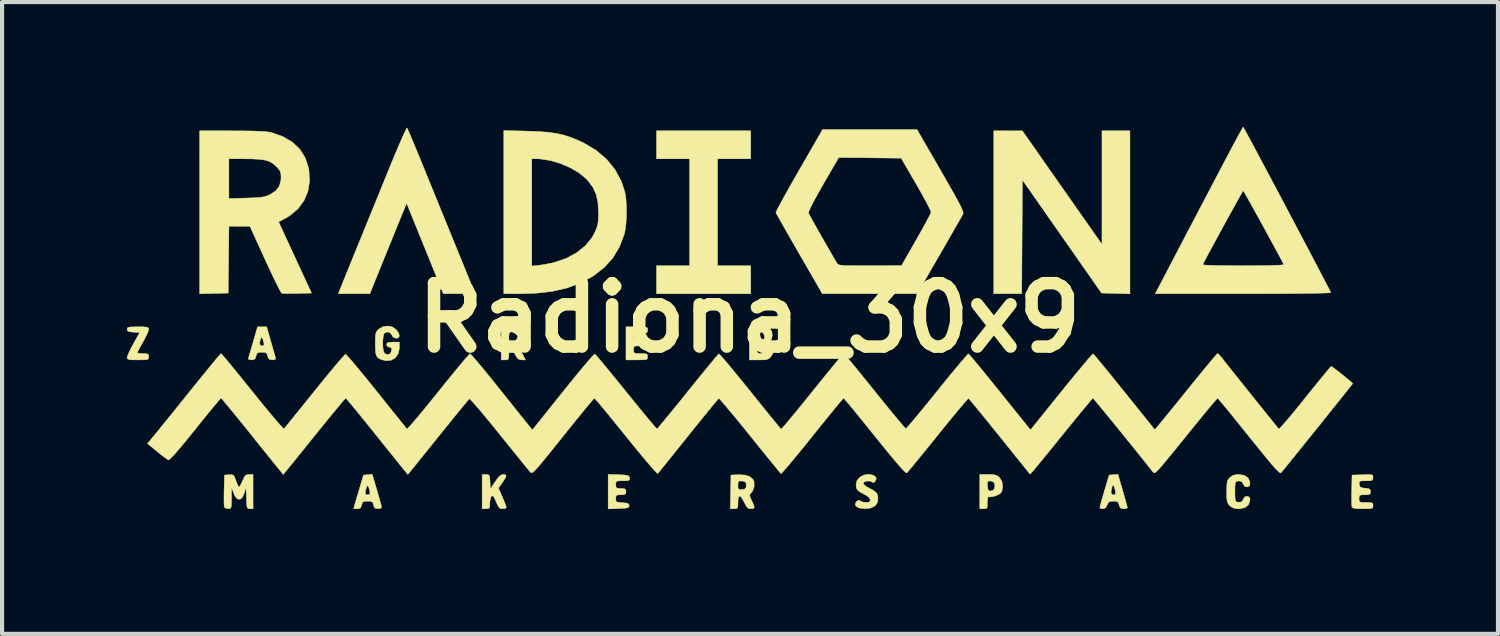
<source format=kicad_pcb>
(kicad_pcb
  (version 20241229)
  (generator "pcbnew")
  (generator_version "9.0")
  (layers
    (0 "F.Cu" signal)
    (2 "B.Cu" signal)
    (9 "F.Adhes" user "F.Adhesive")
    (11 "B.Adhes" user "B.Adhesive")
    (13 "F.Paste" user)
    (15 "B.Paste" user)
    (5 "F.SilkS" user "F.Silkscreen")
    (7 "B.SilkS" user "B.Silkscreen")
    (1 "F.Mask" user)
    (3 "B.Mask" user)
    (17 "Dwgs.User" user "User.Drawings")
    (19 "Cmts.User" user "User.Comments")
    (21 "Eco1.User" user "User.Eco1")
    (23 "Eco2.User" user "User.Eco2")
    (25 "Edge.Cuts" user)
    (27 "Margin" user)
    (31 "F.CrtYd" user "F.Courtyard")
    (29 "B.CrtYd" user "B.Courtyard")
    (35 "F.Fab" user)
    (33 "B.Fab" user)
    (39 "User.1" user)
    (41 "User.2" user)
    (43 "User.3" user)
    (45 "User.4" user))
  (footprint "Radiona_30x9"
    (layer "F.Cu")
    (at 14.97 4.594)
    (property "Reference" "Radiona_30x9" (at 0 0 0) (layer "F.SilkS") (effects (font (size 1.524 1.524) (thickness 0.3))))
    (attr through_hole)
    (fp_poly (pts (xy 0.031 -3.825) (xy -0.765 -3.825) (xy -0.765 -1.255) (xy 0.031 -1.255) (xy 0.031 -0.581) (xy -2.234 -0.581) (xy -2.234 -1.255) (xy -1.438 -1.255) (xy -1.438 -3.825) (xy -2.234 -3.825) (xy -2.234 -4.499) (xy 0.031 -4.499) (xy 0.031 -3.825)) (stroke (width 0.01) (type solid)) (fill yes) (layer "F.SilkS"))
    (fp_poly (pts (xy 9.15 -0.579) (xy 8.467 -0.597) (xy 7.516 -1.957) (xy 6.564 -3.318) (xy 6.548 -0.581) (xy 5.876 -0.581) (xy 5.876 -4.499) (xy 6.22 -4.498) (xy 6.564 -4.498) (xy 6.858 -4.078) (xy 6.946 -3.952) (xy 7.063 -3.785) (xy 7.202 -3.586) (xy 7.357 -3.365) (xy 7.521 -3.131) (xy 7.688 -2.893) (xy 7.815 -2.712) (xy 8.477 -1.768) (xy 8.477 -4.499) (xy 9.15 -4.499) (xy 9.15 -0.579)) (stroke (width 0.01) (type solid)) (fill yes) (layer "F.SilkS"))
    (fp_poly (pts (xy 5.855 3.767) (xy 5.93 3.781) (xy 5.983 3.811) (xy 6.015 3.839) (xy 6.072 3.936) (xy 6.091 4.056) (xy 6.069 4.173) (xy 6.059 4.194) (xy 6.012 4.236) (xy 5.933 4.274) (xy 5.845 4.3) (xy 5.773 4.306) (xy 5.753 4.299) (xy 5.734 4.315) (xy 5.724 4.382) (xy 5.723 4.436) (xy 5.721 4.527) (xy 5.709 4.573) (xy 5.677 4.589) (xy 5.631 4.59) (xy 5.539 4.59) (xy 5.539 4.037) (xy 5.723 4.037) (xy 5.737 4.129) (xy 5.778 4.165) (xy 5.849 4.148) (xy 5.87 4.135) (xy 5.898 4.087) (xy 5.901 4.021) (xy 5.881 3.954) (xy 5.828 3.926) (xy 5.807 3.923) (xy 5.753 3.921) (xy 5.729 3.944) (xy 5.723 4.007) (xy 5.723 4.037) (xy 5.539 4.037) (xy 5.539 3.764) (xy 5.739 3.764) (xy 5.855 3.767)) (stroke (width 0.01) (type solid)) (fill yes) (layer "F.SilkS"))
    (fp_poly (pts (xy -6.285 3.767) (xy -6.257 3.787) (xy -6.244 3.837) (xy -6.237 3.933) (xy -6.237 3.938) (xy -6.228 4.111) (xy -6.113 3.938) (xy -6.041 3.838) (xy -5.984 3.784) (xy -5.932 3.765) (xy -5.921 3.764) (xy -5.867 3.771) (xy -5.85 3.798) (xy -5.871 3.853) (xy -5.931 3.945) (xy -5.94 3.958) (xy -6.035 4.092) (xy -5.94 4.308) (xy -5.894 4.416) (xy -5.861 4.503) (xy -5.845 4.553) (xy -5.845 4.557) (xy -5.872 4.581) (xy -5.933 4.59) (xy -5.986 4.584) (xy -6.024 4.555) (xy -6.06 4.492) (xy -6.09 4.421) (xy -6.132 4.328) (xy -6.162 4.284) (xy -6.19 4.28) (xy -6.201 4.287) (xy -6.228 4.34) (xy -6.242 4.429) (xy -6.243 4.456) (xy -6.246 4.54) (xy -6.262 4.578) (xy -6.303 4.59) (xy -6.335 4.59) (xy -6.427 4.59) (xy -6.427 3.764) (xy -6.336 3.764) (xy -6.285 3.767)) (stroke (width 0.01) (type solid)) (fill yes) (layer "F.SilkS"))
    (fp_poly (pts (xy -11.51 0.558) (xy -11.469 0.7) (xy -11.434 0.823) (xy -11.408 0.914) (xy -11.396 0.956) (xy -11.397 0.995) (xy -11.44 1.009) (xy -11.471 1.01) (xy -11.54 0.999) (xy -11.573 0.956) (xy -11.583 0.918) (xy -11.603 0.858) (xy -11.64 0.832) (xy -11.716 0.826) (xy -11.724 0.826) (xy -11.803 0.831) (xy -11.842 0.855) (xy -11.862 0.911) (xy -11.863 0.918) (xy -11.886 0.984) (xy -11.934 1.008) (xy -11.973 1.01) (xy -12.039 0.999) (xy -12.049 0.972) (xy -12.036 0.929) (xy -12.009 0.84) (xy -11.973 0.718) (xy -11.941 0.604) (xy -11.779 0.604) (xy -11.762 0.66) (xy -11.72 0.673) (xy -11.678 0.664) (xy -11.672 0.623) (xy -11.678 0.589) (xy -11.704 0.501) (xy -11.727 0.471) (xy -11.75 0.496) (xy -11.754 0.507) (xy -11.779 0.604) (xy -11.941 0.604) (xy -11.932 0.576) (xy -11.932 0.574) (xy -11.828 0.214) (xy -11.608 0.214) (xy -11.51 0.558)) (stroke (width 0.01) (type solid)) (fill yes) (layer "F.SilkS"))
    (fp_poly (pts (xy 8.976 4.153) (xy 9.018 4.299) (xy 9.052 4.425) (xy 9.077 4.517) (xy 9.089 4.564) (xy 9.089 4.567) (xy 9.062 4.584) (xy 9 4.59) (xy 8.933 4.58) (xy 8.9 4.535) (xy 8.89 4.499) (xy 8.87 4.438) (xy 8.831 4.412) (xy 8.753 4.407) (xy 8.673 4.413) (xy 8.63 4.442) (xy 8.604 4.499) (xy 8.566 4.567) (xy 8.507 4.59) (xy 8.493 4.59) (xy 8.437 4.582) (xy 8.427 4.546) (xy 8.432 4.522) (xy 8.448 4.465) (xy 8.476 4.365) (xy 8.514 4.236) (xy 8.532 4.174) (xy 8.696 4.174) (xy 8.703 4.231) (xy 8.74 4.253) (xy 8.755 4.254) (xy 8.797 4.246) (xy 8.807 4.211) (xy 8.797 4.154) (xy 8.772 4.058) (xy 8.749 4.021) (xy 8.727 4.043) (xy 8.718 4.07) (xy 8.696 4.174) (xy 8.532 4.174) (xy 8.549 4.116) (xy 8.649 3.779) (xy 8.756 3.77) (xy 8.862 3.761) (xy 8.976 4.153)) (stroke (width 0.01) (type solid)) (fill yes) (layer "F.SilkS"))
    (fp_poly (pts (xy -14.578 0.215) (xy -14.501 0.221) (xy -14.461 0.233) (xy -14.446 0.255) (xy -14.444 0.277) (xy -14.459 0.331) (xy -14.499 0.421) (xy -14.555 0.531) (xy -14.582 0.578) (xy -14.643 0.686) (xy -14.69 0.773) (xy -14.717 0.827) (xy -14.72 0.837) (xy -14.692 0.849) (xy -14.623 0.856) (xy -14.582 0.857) (xy -14.497 0.86) (xy -14.457 0.876) (xy -14.445 0.913) (xy -14.444 0.933) (xy -14.447 0.97) (xy -14.462 0.993) (xy -14.502 1.005) (xy -14.579 1.009) (xy -14.704 1.01) (xy -14.831 1.009) (xy -14.909 1.003) (xy -14.949 0.99) (xy -14.963 0.968) (xy -14.965 0.953) (xy -14.95 0.903) (xy -14.911 0.814) (xy -14.855 0.701) (xy -14.813 0.624) (xy -14.661 0.352) (xy -14.813 0.343) (xy -14.905 0.333) (xy -14.951 0.315) (xy -14.964 0.281) (xy -14.965 0.274) (xy -14.959 0.245) (xy -14.936 0.227) (xy -14.882 0.218) (xy -14.786 0.215) (xy -14.704 0.214) (xy -14.578 0.215)) (stroke (width 0.01) (type solid)) (fill yes) (layer "F.SilkS"))
    (fp_poly (pts (xy -11.935 4.59) (xy -12.01 4.59) (xy -12.047 4.587) (xy -12.07 4.57) (xy -12.083 4.527) (xy -12.09 4.445) (xy -12.094 4.338) (xy -12.103 4.085) (xy -12.152 4.223) (xy -12.189 4.311) (xy -12.228 4.352) (xy -12.27 4.361) (xy -12.321 4.346) (xy -12.363 4.295) (xy -12.396 4.223) (xy -12.452 4.085) (xy -12.453 4.338) (xy -12.455 4.462) (xy -12.46 4.536) (xy -12.473 4.575) (xy -12.497 4.588) (xy -12.533 4.59) (xy -12.597 4.576) (xy -12.625 4.55) (xy -12.631 4.505) (xy -12.634 4.413) (xy -12.634 4.286) (xy -12.632 4.145) (xy -12.623 3.779) (xy -12.512 3.77) (xy -12.447 3.768) (xy -12.407 3.784) (xy -12.377 3.833) (xy -12.346 3.915) (xy -12.312 4.001) (xy -12.283 4.058) (xy -12.272 4.07) (xy -12.251 4.044) (xy -12.216 3.978) (xy -12.188 3.917) (xy -12.147 3.828) (xy -12.11 3.782) (xy -12.063 3.766) (xy -12.029 3.764) (xy -11.935 3.764) (xy -11.935 4.59)) (stroke (width 0.01) (type solid)) (fill yes) (layer "F.SilkS"))
    (fp_poly (pts (xy -3.144 3.771) (xy -3.02 3.776) (xy -2.944 3.785) (xy -2.904 3.8) (xy -2.887 3.825) (xy -2.882 3.848) (xy -2.881 3.887) (xy -2.903 3.908) (xy -2.96 3.916) (xy -3.043 3.917) (xy -3.14 3.919) (xy -3.191 3.928) (xy -3.21 3.955) (xy -3.213 4.005) (xy -3.213 4.009) (xy -3.208 4.068) (xy -3.182 4.094) (xy -3.117 4.101) (xy -3.091 4.101) (xy -3.012 4.105) (xy -2.977 4.125) (xy -2.968 4.171) (xy -2.968 4.177) (xy -2.975 4.227) (xy -3.007 4.248) (xy -3.08 4.254) (xy -3.091 4.254) (xy -3.169 4.257) (xy -3.204 4.277) (xy -3.213 4.326) (xy -3.213 4.344) (xy -3.21 4.397) (xy -3.188 4.425) (xy -3.134 4.437) (xy -3.053 4.443) (xy -2.958 4.452) (xy -2.909 4.469) (xy -2.893 4.499) (xy -2.892 4.514) (xy -2.897 4.544) (xy -2.922 4.563) (xy -2.978 4.575) (xy -3.076 4.581) (xy -3.144 4.584) (xy -3.397 4.593) (xy -3.397 3.762) (xy -3.144 3.771)) (stroke (width 0.01) (type solid)) (fill yes) (layer "F.SilkS"))
    (fp_poly (pts (xy -2.582 0.215) (xy -2.505 0.219) (xy -2.466 0.231) (xy -2.451 0.254) (xy -2.448 0.291) (xy -2.453 0.335) (xy -2.476 0.357) (xy -2.532 0.366) (xy -2.617 0.367) (xy -2.713 0.369) (xy -2.763 0.38) (xy -2.782 0.406) (xy -2.785 0.444) (xy -2.779 0.491) (xy -2.751 0.513) (xy -2.684 0.52) (xy -2.647 0.52) (xy -2.562 0.523) (xy -2.522 0.539) (xy -2.51 0.576) (xy -2.509 0.597) (xy -2.515 0.644) (xy -2.543 0.666) (xy -2.61 0.673) (xy -2.647 0.673) (xy -2.732 0.676) (xy -2.772 0.691) (xy -2.784 0.73) (xy -2.785 0.765) (xy -2.782 0.818) (xy -2.763 0.845) (xy -2.714 0.855) (xy -2.619 0.857) (xy -2.617 0.857) (xy -2.52 0.859) (xy -2.47 0.869) (xy -2.451 0.895) (xy -2.448 0.933) (xy -2.451 0.97) (xy -2.466 0.993) (xy -2.506 1.005) (xy -2.583 1.009) (xy -2.708 1.01) (xy -2.968 1.01) (xy -2.968 0.214) (xy -2.708 0.214) (xy -2.582 0.215)) (stroke (width 0.01) (type solid)) (fill yes) (layer "F.SilkS"))
    (fp_poly (pts (xy -8.957 4.142) (xy -8.915 4.287) (xy -8.879 4.412) (xy -8.855 4.505) (xy -8.844 4.554) (xy -8.844 4.556) (xy -8.871 4.581) (xy -8.932 4.59) (xy -8.998 4.58) (xy -9.029 4.535) (xy -9.038 4.499) (xy -9.056 4.439) (xy -9.092 4.413) (xy -9.165 4.407) (xy -9.181 4.407) (xy -9.261 4.411) (xy -9.301 4.434) (xy -9.321 4.487) (xy -9.323 4.499) (xy -9.347 4.565) (xy -9.394 4.589) (xy -9.429 4.59) (xy -9.492 4.588) (xy -9.517 4.583) (xy -9.508 4.552) (xy -9.486 4.474) (xy -9.452 4.359) (xy -9.412 4.223) (xy -9.238 4.223) (xy -9.22 4.25) (xy -9.181 4.254) (xy -9.135 4.246) (xy -9.123 4.213) (xy -9.131 4.157) (xy -9.155 4.068) (xy -9.179 4.037) (xy -9.196 4.044) (xy -9.212 4.082) (xy -9.229 4.153) (xy -9.23 4.157) (xy -9.238 4.223) (xy -9.412 4.223) (xy -9.41 4.218) (xy -9.398 4.177) (xy -9.28 3.779) (xy -9.175 3.77) (xy -9.07 3.761) (xy -8.957 4.142)) (stroke (width 0.01) (type solid)) (fill yes) (layer "F.SilkS"))
    (fp_poly (pts (xy -5.63 0.218) (xy -5.551 0.231) (xy -5.498 0.258) (xy -5.478 0.275) (xy -5.429 0.362) (xy -5.416 0.471) (xy -5.438 0.575) (xy -5.48 0.638) (xy -5.543 0.697) (xy -5.464 0.854) (xy -5.385 1.01) (xy -5.477 1.01) (xy -5.534 1.002) (xy -5.578 0.971) (xy -5.623 0.902) (xy -5.646 0.857) (xy -5.694 0.773) (xy -5.734 0.718) (xy -5.754 0.704) (xy -5.771 0.731) (xy -5.782 0.802) (xy -5.784 0.857) (xy -5.786 0.947) (xy -5.798 0.993) (xy -5.83 1.008) (xy -5.876 1.01) (xy -5.967 1.01) (xy -5.967 0.459) (xy -5.784 0.459) (xy -5.78 0.538) (xy -5.76 0.573) (xy -5.714 0.581) (xy -5.708 0.581) (xy -5.635 0.558) (xy -5.601 0.522) (xy -5.576 0.469) (xy -5.57 0.448) (xy -5.594 0.406) (xy -5.65 0.363) (xy -5.712 0.338) (xy -5.725 0.337) (xy -5.764 0.348) (xy -5.781 0.391) (xy -5.784 0.459) (xy -5.967 0.459) (xy -5.967 0.214) (xy -5.753 0.214) (xy -5.63 0.218)) (stroke (width 0.01) (type solid)) (fill yes) (layer "F.SilkS"))
    (fp_poly (pts (xy 2.97 3.78) (xy 3.012 3.805) (xy 3.05 3.845) (xy 3.041 3.895) (xy 3.031 3.914) (xy 2.996 3.96) (xy 2.96 3.953) (xy 2.953 3.947) (xy 2.894 3.924) (xy 2.822 3.924) (xy 2.762 3.944) (xy 2.739 3.978) (xy 2.764 4.018) (xy 2.828 4.066) (xy 2.865 4.085) (xy 2.98 4.147) (xy 3.049 4.201) (xy 3.082 4.262) (xy 3.091 4.342) (xy 3.091 4.347) (xy 3.077 4.443) (xy 3.028 4.512) (xy 3.01 4.527) (xy 2.911 4.573) (xy 2.783 4.589) (xy 2.653 4.573) (xy 2.609 4.559) (xy 2.55 4.513) (xy 2.549 4.453) (xy 2.587 4.406) (xy 2.636 4.383) (xy 2.67 4.402) (xy 2.723 4.427) (xy 2.804 4.437) (xy 2.806 4.437) (xy 2.878 4.429) (xy 2.905 4.4) (xy 2.907 4.377) (xy 2.882 4.323) (xy 2.804 4.265) (xy 2.756 4.24) (xy 2.656 4.185) (xy 2.599 4.14) (xy 2.572 4.089) (xy 2.564 4.017) (xy 2.564 4.003) (xy 2.588 3.907) (xy 2.657 3.83) (xy 2.754 3.778) (xy 2.863 3.759) (xy 2.97 3.78)) (stroke (width 0.01) (type solid)) (fill yes) (layer "F.SilkS"))
    (fp_poly (pts (xy -8.575 0.221) (xy -8.49 0.285) (xy -8.43 0.373) (xy -8.417 0.442) (xy -8.449 0.482) (xy -8.493 0.49) (xy -8.564 0.467) (xy -8.599 0.413) (xy -8.642 0.351) (xy -8.711 0.34) (xy -8.765 0.355) (xy -8.792 0.395) (xy -8.809 0.476) (xy -8.817 0.58) (xy -8.814 0.689) (xy -8.801 0.784) (xy -8.777 0.847) (xy -8.769 0.856) (xy -8.698 0.885) (xy -8.637 0.861) (xy -8.605 0.791) (xy -8.605 0.788) (xy -8.607 0.726) (xy -8.64 0.705) (xy -8.658 0.704) (xy -8.711 0.683) (xy -8.722 0.643) (xy -8.714 0.606) (xy -8.679 0.588) (xy -8.604 0.582) (xy -8.569 0.581) (xy -8.416 0.581) (xy -8.416 0.717) (xy -8.441 0.854) (xy -8.511 0.956) (xy -8.614 1.018) (xy -8.74 1.031) (xy -8.862 0.998) (xy -8.922 0.966) (xy -8.961 0.925) (xy -8.984 0.862) (xy -8.994 0.764) (xy -8.997 0.62) (xy -8.997 0.6) (xy -8.995 0.472) (xy -8.988 0.39) (xy -8.971 0.336) (xy -8.939 0.294) (xy -8.918 0.273) (xy -8.813 0.211) (xy -8.692 0.194) (xy -8.575 0.221)) (stroke (width 0.01) (type solid)) (fill yes) (layer "F.SilkS"))
    (fp_poly (pts (xy -0.109 3.778) (xy 0.013 3.818) (xy 0.09 3.887) (xy 0.11 3.933) (xy 0.114 4.056) (xy 0.073 4.169) (xy 0.041 4.208) (xy 0.013 4.243) (xy 0.009 4.282) (xy 0.032 4.344) (xy 0.056 4.395) (xy 0.102 4.496) (xy 0.117 4.555) (xy 0.1 4.582) (xy 0.049 4.59) (xy 0.036 4.59) (xy -0.019 4.582) (xy -0.061 4.548) (xy -0.104 4.475) (xy -0.122 4.437) (xy -0.169 4.353) (xy -0.212 4.297) (xy -0.235 4.284) (xy -0.262 4.308) (xy -0.274 4.383) (xy -0.275 4.437) (xy -0.277 4.528) (xy -0.29 4.573) (xy -0.322 4.589) (xy -0.368 4.59) (xy -0.461 4.59) (xy -0.452 4.185) (xy -0.449 4.024) (xy -0.275 4.024) (xy -0.272 4.097) (xy -0.249 4.126) (xy -0.191 4.127) (xy -0.176 4.126) (xy -0.107 4.112) (xy -0.08 4.076) (xy -0.077 4.024) (xy -0.084 3.96) (xy -0.12 3.932) (xy -0.176 3.923) (xy -0.242 3.921) (xy -0.269 3.943) (xy -0.275 4.007) (xy -0.275 4.024) (xy -0.449 4.024) (xy -0.444 3.779) (xy -0.269 3.77) (xy -0.109 3.778)) (stroke (width 0.01) (type solid)) (fill yes) (layer "F.SilkS"))
    (fp_poly (pts (xy 0.364 0.219) (xy 0.452 0.234) (xy 0.502 0.262) (xy 0.503 0.262) (xy 0.539 0.332) (xy 0.549 0.423) (xy 0.533 0.508) (xy 0.505 0.55) (xy 0.479 0.583) (xy 0.49 0.623) (xy 0.521 0.665) (xy 0.573 0.758) (xy 0.57 0.843) (xy 0.518 0.929) (xy 0.48 0.971) (xy 0.436 0.995) (xy 0.37 1.007) (xy 0.265 1.01) (xy 0.227 1.01) (xy 0 1.01) (xy 0 0.765) (xy 0.184 0.765) (xy 0.191 0.83) (xy 0.227 0.854) (xy 0.272 0.857) (xy 0.348 0.84) (xy 0.38 0.807) (xy 0.378 0.741) (xy 0.33 0.691) (xy 0.256 0.673) (xy 0.204 0.684) (xy 0.185 0.728) (xy 0.184 0.765) (xy 0 0.765) (xy 0 0.426) (xy 0.184 0.426) (xy 0.191 0.492) (xy 0.225 0.517) (xy 0.277 0.52) (xy 0.342 0.514) (xy 0.364 0.484) (xy 0.362 0.436) (xy 0.34 0.371) (xy 0.282 0.344) (xy 0.268 0.342) (xy 0.209 0.342) (xy 0.187 0.374) (xy 0.184 0.426) (xy 0 0.426) (xy 0 0.214) (xy 0.227 0.214) (xy 0.364 0.219)) (stroke (width 0.01) (type solid)) (fill yes) (layer "F.SilkS"))
    (fp_poly (pts (xy 11.896 3.784) (xy 11.988 3.844) (xy 12.032 3.938) (xy 12.035 3.963) (xy 12.031 4.031) (xy 11.996 4.06) (xy 11.973 4.065) (xy 11.913 4.054) (xy 11.874 3.995) (xy 11.874 3.994) (xy 11.837 3.935) (xy 11.777 3.921) (xy 11.759 3.923) (xy 11.717 3.93) (xy 11.692 3.947) (xy 11.68 3.989) (xy 11.675 4.067) (xy 11.675 4.177) (xy 11.676 4.299) (xy 11.681 4.372) (xy 11.694 4.41) (xy 11.721 4.426) (xy 11.759 4.432) (xy 11.827 4.426) (xy 11.867 4.378) (xy 11.874 4.361) (xy 11.913 4.3) (xy 11.972 4.29) (xy 11.973 4.29) (xy 12.022 4.309) (xy 12.037 4.36) (xy 12.035 4.391) (xy 12.001 4.493) (xy 11.92 4.56) (xy 11.794 4.589) (xy 11.762 4.59) (xy 11.654 4.579) (xy 11.576 4.538) (xy 11.551 4.515) (xy 11.514 4.473) (xy 11.492 4.425) (xy 11.48 4.356) (xy 11.476 4.25) (xy 11.476 4.177) (xy 11.478 4.046) (xy 11.485 3.961) (xy 11.501 3.904) (xy 11.53 3.861) (xy 11.551 3.839) (xy 11.625 3.786) (xy 11.72 3.765) (xy 11.762 3.764) (xy 11.896 3.784)) (stroke (width 0.01) (type solid)) (fill yes) (layer "F.SilkS"))
    (fp_poly (pts (xy 14.941 3.769) (xy 14.979 3.779) (xy 14.993 3.802) (xy 14.995 3.839) (xy 14.991 3.884) (xy 14.969 3.907) (xy 14.913 3.916) (xy 14.825 3.917) (xy 14.728 3.919) (xy 14.678 3.928) (xy 14.662 3.952) (xy 14.664 4) (xy 14.664 4.001) (xy 14.677 4.055) (xy 14.712 4.082) (xy 14.787 4.094) (xy 14.804 4.095) (xy 14.886 4.105) (xy 14.924 4.127) (xy 14.934 4.171) (xy 14.934 4.179) (xy 14.928 4.225) (xy 14.899 4.247) (xy 14.831 4.253) (xy 14.796 4.254) (xy 14.712 4.256) (xy 14.671 4.272) (xy 14.659 4.311) (xy 14.659 4.346) (xy 14.661 4.398) (xy 14.68 4.425) (xy 14.729 4.436) (xy 14.824 4.437) (xy 14.827 4.437) (xy 14.923 4.439) (xy 14.973 4.45) (xy 14.992 4.476) (xy 14.995 4.514) (xy 14.993 4.552) (xy 14.976 4.574) (xy 14.934 4.586) (xy 14.854 4.59) (xy 14.749 4.59) (xy 14.611 4.587) (xy 14.526 4.575) (xy 14.49 4.553) (xy 14.488 4.55) (xy 14.483 4.505) (xy 14.48 4.413) (xy 14.479 4.286) (xy 14.482 4.145) (xy 14.49 3.779) (xy 14.743 3.771) (xy 14.866 3.767) (xy 14.941 3.769)) (stroke (width 0.01) (type solid)) (fill yes) (layer "F.SilkS"))
    (fp_poly (pts (xy -5.332 -4.491) (xy -5.056 -4.48) (xy -4.827 -4.462) (xy -4.631 -4.434) (xy -4.454 -4.394) (xy -4.283 -4.337) (xy -4.102 -4.261) (xy -3.978 -4.203) (xy -3.685 -4.029) (xy -3.436 -3.817) (xy -3.234 -3.57) (xy -3.083 -3.292) (xy -2.995 -3.03) (xy -2.97 -2.877) (xy -2.957 -2.688) (xy -2.956 -2.483) (xy -2.966 -2.282) (xy -2.988 -2.107) (xy -3.011 -2.006) (xy -3.127 -1.703) (xy -3.284 -1.443) (xy -3.486 -1.217) (xy -3.741 -1.018) (xy -3.755 -1.008) (xy -4.053 -0.844) (xy -4.382 -0.72) (xy -4.748 -0.636) (xy -5.156 -0.591) (xy -5.47 -0.582) (xy -5.906 -0.581) (xy -5.906 -3.825) (xy -5.233 -3.825) (xy -5.233 -1.247) (xy -5.05 -1.267) (xy -4.91 -1.288) (xy -4.758 -1.318) (xy -4.691 -1.334) (xy -4.404 -1.432) (xy -4.154 -1.567) (xy -3.946 -1.734) (xy -3.786 -1.93) (xy -3.716 -2.059) (xy -3.673 -2.16) (xy -3.647 -2.25) (xy -3.634 -2.35) (xy -3.63 -2.481) (xy -3.63 -2.54) (xy -3.643 -2.777) (xy -3.686 -2.972) (xy -3.764 -3.141) (xy -3.882 -3.299) (xy -3.928 -3.348) (xy -4.096 -3.487) (xy -4.307 -3.611) (xy -4.544 -3.712) (xy -4.79 -3.785) (xy -5.027 -3.822) (xy -5.109 -3.825) (xy -5.233 -3.825) (xy -5.906 -3.825) (xy -5.906 -4.506) (xy -5.332 -4.491)) (stroke (width 0.01) (type solid)) (fill yes) (layer "F.SilkS"))
    (fp_poly (pts (xy -8.232 -4.569) (xy -8.216 -4.536) (xy -8.18 -4.453) (xy -8.126 -4.325) (xy -8.056 -4.157) (xy -7.973 -3.957) (xy -7.879 -3.73) (xy -7.778 -3.481) (xy -7.712 -3.32) (xy -7.593 -3.028) (xy -7.47 -2.725) (xy -7.346 -2.422) (xy -7.227 -2.13) (xy -7.117 -1.86) (xy -7.02 -1.623) (xy -6.941 -1.43) (xy -6.931 -1.407) (xy -6.852 -1.211) (xy -6.779 -1.032) (xy -6.716 -0.877) (xy -6.668 -0.755) (xy -6.637 -0.675) (xy -6.628 -0.65) (xy -6.62 -0.621) (xy -6.626 -0.602) (xy -6.655 -0.59) (xy -6.716 -0.584) (xy -6.818 -0.582) (xy -6.972 -0.582) (xy -6.983 -0.582) (xy -7.36 -0.582) (xy -7.801 -1.669) (xy -8.242 -2.756) (xy -8.341 -2.518) (xy -8.378 -2.427) (xy -8.434 -2.29) (xy -8.505 -2.115) (xy -8.587 -1.913) (xy -8.676 -1.694) (xy -8.769 -1.466) (xy -8.783 -1.431) (xy -9.127 -0.581) (xy -9.884 -0.581) (xy -9.821 -0.742) (xy -9.793 -0.813) (xy -9.745 -0.931) (xy -9.682 -1.087) (xy -9.606 -1.273) (xy -9.523 -1.479) (xy -9.434 -1.697) (xy -9.427 -1.714) (xy -9.331 -1.949) (xy -9.218 -2.227) (xy -9.094 -2.531) (xy -8.965 -2.847) (xy -8.838 -3.16) (xy -8.718 -3.455) (xy -8.675 -3.559) (xy -8.579 -3.794) (xy -8.489 -4.009) (xy -8.408 -4.198) (xy -8.34 -4.354) (xy -8.286 -4.472) (xy -8.249 -4.546) (xy -8.232 -4.569) (xy -8.232 -4.569)) (stroke (width 0.01) (type solid)) (fill yes) (layer "F.SilkS"))
    (fp_poly (pts (xy -12.432 -4.498) (xy -12.145 -4.497) (xy -11.914 -4.493) (xy -11.734 -4.485) (xy -11.601 -4.475) (xy -11.51 -4.462) (xy -11.491 -4.457) (xy -11.215 -4.359) (xy -10.987 -4.224) (xy -10.809 -4.054) (xy -10.68 -3.849) (xy -10.602 -3.609) (xy -10.592 -3.555) (xy -10.576 -3.288) (xy -10.617 -3.039) (xy -10.713 -2.814) (xy -10.86 -2.618) (xy -11.057 -2.455) (xy -11.151 -2.399) (xy -11.32 -2.309) (xy -10.925 -1.453) (xy -10.529 -0.597) (xy -10.871 -0.588) (xy -11.011 -0.586) (xy -11.13 -0.586) (xy -11.214 -0.589) (xy -11.247 -0.593) (xy -11.268 -0.623) (xy -11.311 -0.702) (xy -11.371 -0.822) (xy -11.447 -0.977) (xy -11.533 -1.159) (xy -11.627 -1.361) (xy -11.646 -1.404) (xy -12.011 -2.202) (xy -12.515 -2.203) (xy -12.524 -1.4) (xy -12.532 -0.597) (xy -13.22 -0.579) (xy -13.22 -2.87) (xy -12.516 -2.87) (xy -12.096 -2.882) (xy -11.918 -2.888) (xy -11.789 -2.896) (xy -11.693 -2.909) (xy -11.618 -2.928) (xy -11.55 -2.955) (xy -11.526 -2.966) (xy -11.387 -3.058) (xy -11.3 -3.175) (xy -11.264 -3.325) (xy -11.262 -3.378) (xy -11.267 -3.473) (xy -11.292 -3.543) (xy -11.349 -3.613) (xy -11.377 -3.642) (xy -11.455 -3.71) (xy -11.541 -3.76) (xy -11.644 -3.793) (xy -11.777 -3.813) (xy -11.951 -3.823) (xy -12.126 -3.825) (xy -12.516 -3.825) (xy -12.516 -2.87) (xy -13.22 -2.87) (xy -13.22 -4.499) (xy -12.432 -4.498)) (stroke (width 0.01) (type solid)) (fill yes) (layer "F.SilkS"))
    (fp_poly (pts (xy 4.599 -3.544) (xy 4.748 -3.285) (xy 4.869 -3.073) (xy 4.963 -2.904) (xy 5.035 -2.772) (xy 5.086 -2.672) (xy 5.118 -2.6) (xy 5.136 -2.549) (xy 5.14 -2.516) (xy 5.135 -2.496) (xy 5.112 -2.455) (xy 5.063 -2.368) (xy 4.99 -2.241) (xy 4.898 -2.081) (xy 4.791 -1.894) (xy 4.672 -1.687) (xy 4.568 -1.507) (xy 4.034 -0.581) (xy 1.753 -0.581) (xy 1.199 -1.541) (xy 1.072 -1.762) (xy 0.954 -1.967) (xy 0.85 -2.15) (xy 0.763 -2.304) (xy 0.696 -2.423) (xy 0.652 -2.502) (xy 0.644 -2.519) (xy 1.421 -2.519) (xy 1.421 -2.519) (xy 1.441 -2.48) (xy 1.485 -2.399) (xy 1.55 -2.283) (xy 1.628 -2.144) (xy 1.715 -1.99) (xy 1.806 -1.831) (xy 1.894 -1.678) (xy 1.974 -1.539) (xy 2.041 -1.424) (xy 2.089 -1.343) (xy 2.101 -1.324) (xy 2.115 -1.302) (xy 2.134 -1.286) (xy 2.165 -1.274) (xy 2.216 -1.265) (xy 2.293 -1.26) (xy 2.405 -1.257) (xy 2.559 -1.256) (xy 2.762 -1.256) (xy 2.9 -1.256) (xy 3.657 -1.257) (xy 4.009 -1.874) (xy 4.11 -2.052) (xy 4.2 -2.214) (xy 4.275 -2.352) (xy 4.331 -2.458) (xy 4.363 -2.523) (xy 4.369 -2.539) (xy 4.357 -2.578) (xy 4.317 -2.661) (xy 4.255 -2.781) (xy 4.174 -2.93) (xy 4.078 -3.1) (xy 4.013 -3.213) (xy 3.649 -3.841) (xy 2.899 -3.849) (xy 2.149 -3.857) (xy 1.775 -3.213) (xy 1.646 -2.985) (xy 1.544 -2.8) (xy 1.472 -2.659) (xy 1.431 -2.564) (xy 1.421 -2.519) (xy 0.644 -2.519) (xy 0.636 -2.533) (xy 0.649 -2.566) (xy 0.689 -2.646) (xy 0.754 -2.766) (xy 0.839 -2.922) (xy 0.942 -3.106) (xy 1.058 -3.312) (xy 1.186 -3.535) (xy 1.193 -3.547) (xy 1.759 -4.529) (xy 4.03 -4.529) (xy 4.599 -3.544)) (stroke (width 0.01) (type solid)) (fill yes) (layer "F.SilkS"))
    (fp_poly (pts (xy 11.889 -4.563) (xy 11.931 -4.488) (xy 11.995 -4.369) (xy 12.08 -4.211) (xy 12.182 -4.02) (xy 12.299 -3.8) (xy 12.429 -3.557) (xy 12.567 -3.296) (xy 12.713 -3.022) (xy 12.862 -2.741) (xy 13.012 -2.456) (xy 13.161 -2.175) (xy 13.305 -1.901) (xy 13.443 -1.64) (xy 13.571 -1.397) (xy 13.686 -1.177) (xy 13.786 -0.986) (xy 13.869 -0.828) (xy 13.93 -0.709) (xy 13.968 -0.634) (xy 13.98 -0.609) (xy 13.952 -0.604) (xy 13.867 -0.599) (xy 13.728 -0.595) (xy 13.54 -0.591) (xy 13.306 -0.588) (xy 13.031 -0.585) (xy 12.717 -0.583) (xy 12.37 -0.582) (xy 11.993 -0.581) (xy 11.874 -0.581) (xy 9.758 -0.581) (xy 10.042 -1.125) (xy 10.123 -1.28) (xy 10.9 -1.28) (xy 10.926 -1.274) (xy 11.007 -1.268) (xy 11.135 -1.264) (xy 11.303 -1.26) (xy 11.503 -1.257) (xy 11.729 -1.255) (xy 11.874 -1.255) (xy 12.14 -1.256) (xy 12.371 -1.258) (xy 12.562 -1.262) (xy 12.708 -1.267) (xy 12.805 -1.273) (xy 12.847 -1.281) (xy 12.848 -1.283) (xy 12.829 -1.323) (xy 12.785 -1.407) (xy 12.721 -1.527) (xy 12.64 -1.676) (xy 12.548 -1.846) (xy 12.448 -2.03) (xy 12.345 -2.219) (xy 12.242 -2.406) (xy 12.144 -2.583) (xy 12.055 -2.743) (xy 11.979 -2.878) (xy 11.921 -2.981) (xy 11.885 -3.043) (xy 11.874 -3.059) (xy 11.857 -3.034) (xy 11.816 -2.962) (xy 11.753 -2.852) (xy 11.675 -2.71) (xy 11.584 -2.546) (xy 11.484 -2.365) (xy 11.381 -2.177) (xy 11.278 -1.989) (xy 11.18 -1.807) (xy 11.089 -1.641) (xy 11.012 -1.497) (xy 10.952 -1.383) (xy 10.913 -1.308) (xy 10.9 -1.28) (xy 10.123 -1.28) (xy 10.145 -1.322) (xy 10.267 -1.555) (xy 10.398 -1.806) (xy 10.529 -2.057) (xy 10.651 -2.288) (xy 10.671 -2.326) (xy 10.783 -2.54) (xy 10.915 -2.792) (xy 11.059 -3.065) (xy 11.205 -3.344) (xy 11.345 -3.611) (xy 11.437 -3.787) (xy 11.544 -3.989) (xy 11.642 -4.173) (xy 11.727 -4.331) (xy 11.796 -4.457) (xy 11.845 -4.545) (xy 11.871 -4.587) (xy 11.874 -4.589) (xy 11.889 -4.563)) (stroke (width 0.01) (type solid)) (fill yes) (layer "F.SilkS"))
    (fp_poly (pts (xy 11.289 0.879) (xy 11.338 0.935) (xy 11.351 0.952) (xy 11.382 0.991) (xy 11.445 1.072) (xy 11.536 1.186) (xy 11.649 1.327) (xy 11.778 1.488) (xy 11.917 1.661) (xy 12.06 1.841) (xy 12.203 2.019) (xy 12.34 2.189) (xy 12.465 2.344) (xy 12.572 2.477) (xy 12.656 2.581) (xy 12.711 2.649) (xy 12.73 2.671) (xy 12.753 2.653) (xy 12.809 2.593) (xy 12.894 2.496) (xy 13.003 2.368) (xy 13.131 2.213) (xy 13.274 2.038) (xy 13.36 1.93) (xy 13.509 1.744) (xy 13.646 1.574) (xy 13.767 1.427) (xy 13.866 1.307) (xy 13.939 1.22) (xy 13.982 1.172) (xy 13.99 1.165) (xy 14.019 1.182) (xy 14.083 1.229) (xy 14.169 1.295) (xy 14.265 1.371) (xy 14.358 1.447) (xy 14.438 1.513) (xy 14.491 1.56) (xy 14.506 1.578) (xy 14.487 1.603) (xy 14.435 1.669) (xy 14.354 1.772) (xy 14.248 1.905) (xy 14.122 2.062) (xy 13.982 2.237) (xy 13.831 2.426) (xy 13.675 2.62) (xy 13.517 2.816) (xy 13.364 3.007) (xy 13.218 3.188) (xy 13.086 3.351) (xy 12.972 3.493) (xy 12.88 3.606) (xy 12.815 3.685) (xy 12.782 3.724) (xy 12.78 3.726) (xy 12.763 3.726) (xy 12.73 3.704) (xy 12.679 3.654) (xy 12.606 3.575) (xy 12.509 3.461) (xy 12.384 3.31) (xy 12.228 3.118) (xy 12.038 2.882) (xy 12.01 2.848) (xy 11.846 2.644) (xy 11.694 2.455) (xy 11.558 2.287) (xy 11.442 2.146) (xy 11.351 2.036) (xy 11.288 1.962) (xy 11.259 1.931) (xy 11.258 1.93) (xy 11.235 1.952) (xy 11.178 2.018) (xy 11.091 2.12) (xy 10.979 2.255) (xy 10.845 2.418) (xy 10.695 2.602) (xy 10.532 2.803) (xy 10.495 2.849) (xy 10.306 3.082) (xy 10.152 3.272) (xy 10.029 3.422) (xy 9.933 3.537) (xy 9.86 3.621) (xy 9.806 3.677) (xy 9.768 3.711) (xy 9.741 3.725) (xy 9.723 3.724) (xy 9.709 3.713) (xy 9.703 3.706) (xy 9.645 3.632) (xy 9.56 3.524) (xy 9.452 3.389) (xy 9.327 3.233) (xy 9.19 3.063) (xy 9.046 2.885) (xy 8.9 2.705) (xy 8.758 2.53) (xy 8.624 2.366) (xy 8.503 2.219) (xy 8.402 2.096) (xy 8.324 2.002) (xy 8.275 1.945) (xy 8.26 1.929) (xy 8.238 1.952) (xy 8.181 2.017) (xy 8.095 2.12) (xy 7.983 2.255) (xy 7.849 2.418) (xy 7.699 2.602) (xy 7.536 2.803) (xy 7.5 2.848) (xy 7.335 3.052) (xy 7.182 3.24) (xy 7.046 3.406) (xy 6.931 3.546) (xy 6.84 3.655) (xy 6.779 3.727) (xy 6.75 3.758) (xy 6.749 3.759) (xy 6.728 3.733) (xy 6.674 3.666) (xy 6.59 3.561) (xy 6.48 3.424) (xy 6.348 3.261) (xy 6.199 3.076) (xy 6.038 2.875) (xy 6.015 2.846) (xy 5.851 2.643) (xy 5.7 2.456) (xy 5.564 2.289) (xy 5.449 2.149) (xy 5.358 2.04) (xy 5.297 1.967) (xy 5.269 1.936) (xy 5.268 1.935) (xy 5.244 1.956) (xy 5.187 2.02) (xy 5.101 2.122) (xy 4.989 2.255) (xy 4.856 2.416) (xy 4.707 2.598) (xy 4.546 2.797) (xy 4.534 2.813) (xy 4.371 3.015) (xy 4.219 3.202) (xy 4.083 3.369) (xy 3.968 3.511) (xy 3.876 3.621) (xy 3.814 3.695) (xy 3.785 3.727) (xy 3.785 3.728) (xy 3.761 3.719) (xy 3.711 3.673) (xy 3.633 3.589) (xy 3.525 3.465) (xy 3.385 3.297) (xy 3.211 3.085) (xy 3.015 2.842) (xy 2.851 2.638) (xy 2.699 2.45) (xy 2.563 2.283) (xy 2.448 2.143) (xy 2.357 2.033) (xy 2.295 1.96) (xy 2.267 1.929) (xy 2.265 1.928) (xy 2.243 1.951) (xy 2.187 2.017) (xy 2.101 2.12) (xy 1.99 2.256) (xy 1.858 2.418) (xy 1.708 2.603) (xy 1.546 2.804) (xy 1.515 2.843) (xy 1.351 3.047) (xy 1.198 3.234) (xy 1.062 3.399) (xy 0.946 3.538) (xy 0.854 3.645) (xy 0.791 3.716) (xy 0.761 3.745) (xy 0.76 3.745) (xy 0.737 3.719) (xy 0.679 3.651) (xy 0.593 3.545) (xy 0.481 3.408) (xy 0.348 3.244) (xy 0.198 3.059) (xy 0.036 2.858) (xy 0.013 2.829) (xy -0.15 2.627) (xy -0.302 2.441) (xy -0.438 2.277) (xy -0.553 2.139) (xy -0.644 2.032) (xy -0.706 1.962) (xy -0.734 1.935) (xy -0.735 1.935) (xy -0.759 1.96) (xy -0.816 2.027) (xy -0.903 2.132) (xy -1.015 2.269) (xy -1.148 2.432) (xy -1.297 2.616) (xy -1.458 2.816) (xy -1.469 2.831) (xy -1.631 3.033) (xy -1.782 3.22) (xy -1.916 3.387) (xy -2.029 3.528) (xy -2.118 3.638) (xy -2.178 3.712) (xy -2.204 3.743) (xy -2.204 3.744) (xy -2.228 3.727) (xy -2.285 3.666) (xy -2.372 3.568) (xy -2.484 3.437) (xy -2.617 3.278) (xy -2.767 3.096) (xy -2.93 2.895) (xy -2.967 2.849) (xy -3.132 2.644) (xy -3.285 2.456) (xy -3.422 2.288) (xy -3.539 2.147) (xy -3.632 2.036) (xy -3.696 1.963) (xy -3.726 1.931) (xy -3.728 1.93) (xy -3.751 1.953) (xy -3.808 2.019) (xy -3.895 2.123) (xy -4.006 2.259) (xy -4.139 2.422) (xy -4.289 2.607) (xy -4.451 2.809) (xy -4.482 2.848) (xy -4.669 3.081) (xy -4.822 3.271) (xy -4.944 3.421) (xy -5.04 3.536) (xy -5.113 3.619) (xy -5.166 3.675) (xy -5.204 3.709) (xy -5.231 3.723) (xy -5.25 3.723) (xy -5.265 3.712) (xy -5.266 3.711) (xy -5.296 3.675) (xy -5.36 3.597) (xy -5.453 3.483) (xy -5.57 3.339) (xy -5.706 3.17) (xy -5.858 2.982) (xy -6.011 2.792) (xy -6.17 2.594) (xy -6.319 2.414) (xy -6.451 2.255) (xy -6.563 2.123) (xy -6.651 2.024) (xy -6.709 1.963) (xy -6.733 1.944) (xy -6.758 1.971) (xy -6.817 2.04) (xy -6.905 2.147) (xy -7.018 2.285) (xy -7.152 2.45) (xy -7.302 2.636) (xy -7.465 2.837) (xy -7.485 2.862) (xy -7.648 3.065) (xy -7.798 3.251) (xy -7.931 3.416) (xy -8.043 3.556) (xy -8.131 3.663) (xy -8.189 3.734) (xy -8.214 3.764) (xy -8.214 3.764) (xy -8.234 3.741) (xy -8.288 3.675) (xy -8.371 3.572) (xy -8.48 3.437) (xy -8.611 3.274) (xy -8.759 3.09) (xy -8.92 2.888) (xy -8.953 2.848) (xy -9.116 2.644) (xy -9.269 2.455) (xy -9.405 2.288) (xy -9.521 2.146) (xy -9.612 2.036) (xy -9.675 1.962) (xy -9.705 1.931) (xy -9.706 1.93) (xy -9.73 1.952) (xy -9.787 2.018) (xy -9.873 2.121) (xy -9.985 2.256) (xy -10.119 2.418) (xy -10.269 2.603) (xy -10.431 2.804) (xy -10.465 2.846) (xy -10.629 3.05) (xy -10.781 3.238) (xy -10.916 3.406) (xy -11.031 3.547) (xy -11.12 3.657) (xy -11.181 3.731) (xy -11.208 3.763) (xy -11.209 3.764) (xy -11.229 3.741) (xy -11.283 3.675) (xy -11.367 3.572) (xy -11.476 3.436) (xy -11.607 3.273) (xy -11.756 3.089) (xy -11.917 2.887) (xy -11.95 2.846) (xy -12.114 2.642) (xy -12.267 2.454) (xy -12.403 2.286) (xy -12.519 2.145) (xy -12.611 2.035) (xy -12.673 1.961) (xy -12.703 1.93) (xy -12.704 1.929) (xy -12.728 1.952) (xy -12.784 2.017) (xy -12.87 2.118) (xy -12.979 2.25) (xy -13.107 2.408) (xy -13.25 2.584) (xy -13.326 2.68) (xy -13.519 2.919) (xy -13.679 3.112) (xy -13.805 3.259) (xy -13.897 3.358) (xy -13.953 3.409) (xy -13.971 3.416) (xy -14.012 3.39) (xy -14.087 3.335) (xy -14.184 3.259) (xy -14.244 3.211) (xy -14.474 3.022) (xy -14.281 2.789) (xy -14.215 2.709) (xy -14.118 2.588) (xy -13.994 2.435) (xy -13.85 2.257) (xy -13.692 2.061) (xy -13.526 1.855) (xy -13.406 1.706) (xy -13.248 1.51) (xy -13.102 1.33) (xy -12.972 1.171) (xy -12.863 1.039) (xy -12.779 0.939) (xy -12.724 0.877) (xy -12.704 0.857) (xy -12.682 0.88) (xy -12.625 0.946) (xy -12.538 1.049) (xy -12.427 1.185) (xy -12.294 1.347) (xy -12.144 1.532) (xy -11.982 1.733) (xy -11.95 1.773) (xy -11.786 1.976) (xy -11.634 2.162) (xy -11.497 2.327) (xy -11.381 2.464) (xy -11.288 2.57) (xy -11.225 2.639) (xy -11.194 2.666) (xy -11.192 2.666) (xy -11.168 2.637) (xy -11.11 2.567) (xy -11.023 2.459) (xy -10.91 2.32) (xy -10.777 2.156) (xy -10.627 1.97) (xy -10.466 1.769) (xy -10.456 1.757) (xy -10.294 1.557) (xy -10.143 1.372) (xy -10.007 1.209) (xy -9.892 1.072) (xy -9.801 0.967) (xy -9.74 0.898) (xy -9.711 0.872) (xy -9.711 0.872) (xy -9.685 0.895) (xy -9.625 0.961) (xy -9.536 1.064) (xy -9.423 1.2) (xy -9.289 1.362) (xy -9.139 1.546) (xy -8.978 1.746) (xy -8.967 1.76) (xy -8.806 1.961) (xy -8.656 2.148) (xy -8.522 2.315) (xy -8.409 2.456) (xy -8.32 2.565) (xy -8.261 2.639) (xy -8.236 2.67) (xy -8.235 2.67) (xy -8.212 2.652) (xy -8.155 2.591) (xy -8.069 2.492) (xy -7.957 2.36) (xy -7.825 2.201) (xy -7.676 2.018) (xy -7.514 1.818) (xy -7.481 1.777) (xy -7.317 1.572) (xy -7.164 1.384) (xy -7.026 1.217) (xy -6.909 1.075) (xy -6.816 0.966) (xy -6.751 0.893) (xy -6.719 0.861) (xy -6.717 0.861) (xy -6.692 0.884) (xy -6.633 0.95) (xy -6.545 1.053) (xy -6.431 1.189) (xy -6.297 1.352) (xy -6.147 1.537) (xy -5.985 1.739) (xy -5.954 1.778) (xy -5.221 2.694) (xy -5.158 2.617) (xy -5.125 2.576) (xy -5.058 2.493) (xy -4.962 2.374) (xy -4.843 2.225) (xy -4.706 2.053) (xy -4.554 1.864) (xy -4.422 1.699) (xy -4.265 1.504) (xy -4.119 1.326) (xy -3.989 1.169) (xy -3.879 1.04) (xy -3.795 0.943) (xy -3.739 0.884) (xy -3.719 0.868) (xy -3.693 0.893) (xy -3.634 0.961) (xy -3.546 1.065) (xy -3.432 1.202) (xy -3.298 1.366) (xy -3.147 1.55) (xy -2.985 1.751) (xy -2.966 1.774) (xy -2.803 1.975) (xy -2.652 2.161) (xy -2.517 2.325) (xy -2.402 2.463) (xy -2.312 2.57) (xy -2.251 2.64) (xy -2.223 2.667) (xy -2.222 2.668) (xy -2.199 2.644) (xy -2.142 2.578) (xy -2.055 2.474) (xy -1.943 2.338) (xy -1.81 2.176) (xy -1.66 1.992) (xy -1.499 1.791) (xy -1.48 1.768) (xy -1.318 1.566) (xy -1.166 1.38) (xy -1.031 1.214) (xy -0.916 1.074) (xy -0.826 0.965) (xy -0.764 0.893) (xy -0.736 0.864) (xy -0.735 0.863) (xy -0.711 0.884) (xy -0.654 0.948) (xy -0.566 1.049) (xy -0.454 1.183) (xy -0.321 1.344) (xy -0.171 1.528) (xy -0.009 1.728) (xy 0.016 1.759) (xy 0.179 1.962) (xy 0.331 2.15) (xy 0.466 2.317) (xy 0.581 2.458) (xy 0.672 2.568) (xy 0.733 2.642) (xy 0.761 2.674) (xy 0.762 2.675) (xy 0.784 2.654) (xy 0.841 2.59) (xy 0.927 2.489) (xy 1.038 2.356) (xy 1.171 2.194) (xy 1.32 2.011) (xy 1.482 1.81) (xy 1.514 1.771) (xy 1.678 1.567) (xy 1.83 1.379) (xy 1.967 1.212) (xy 2.082 1.071) (xy 2.174 0.962) (xy 2.236 0.889) (xy 2.266 0.858) (xy 2.267 0.857) (xy 2.29 0.88) (xy 2.347 0.946) (xy 2.433 1.049) (xy 2.545 1.184) (xy 2.677 1.346) (xy 2.827 1.531) (xy 2.988 1.731) (xy 3.011 1.76) (xy 3.174 1.962) (xy 3.326 2.149) (xy 3.462 2.315) (xy 3.578 2.454) (xy 3.669 2.562) (xy 3.732 2.633) (xy 3.761 2.662) (xy 3.762 2.662) (xy 3.787 2.639) (xy 3.845 2.574) (xy 3.933 2.471) (xy 4.046 2.335) (xy 4.18 2.173) (xy 4.33 1.989) (xy 4.492 1.788) (xy 4.516 1.759) (xy 4.679 1.556) (xy 4.831 1.37) (xy 4.967 1.206) (xy 5.083 1.068) (xy 5.175 0.961) (xy 5.237 0.891) (xy 5.266 0.864) (xy 5.268 0.864) (xy 5.292 0.889) (xy 5.35 0.956) (xy 5.438 1.061) (xy 5.551 1.198) (xy 5.685 1.361) (xy 5.835 1.547) (xy 5.998 1.748) (xy 6.026 1.783) (xy 6.759 2.693) (xy 7.499 1.774) (xy 7.665 1.57) (xy 7.818 1.382) (xy 7.956 1.216) (xy 8.073 1.075) (xy 8.166 0.967) (xy 8.231 0.895) (xy 8.262 0.864) (xy 8.264 0.863) (xy 8.288 0.888) (xy 8.346 0.956) (xy 8.433 1.061) (xy 8.546 1.198) (xy 8.679 1.361) (xy 8.829 1.546) (xy 8.991 1.747) (xy 9.014 1.775) (xy 9.177 1.978) (xy 9.327 2.165) (xy 9.461 2.331) (xy 9.574 2.472) (xy 9.662 2.581) (xy 9.721 2.654) (xy 9.746 2.685) (xy 9.746 2.686) (xy 9.767 2.665) (xy 9.821 2.601) (xy 9.905 2.5) (xy 10.015 2.366) (xy 10.146 2.205) (xy 10.295 2.021) (xy 10.457 1.821) (xy 10.493 1.776) (xy 10.659 1.571) (xy 10.812 1.383) (xy 10.95 1.215) (xy 11.067 1.074) (xy 11.16 0.964) (xy 11.224 0.89) (xy 11.255 0.858) (xy 11.257 0.857) (xy 11.289 0.879)) (stroke (width 0.01) (type solid)) (fill yes) (layer "F.SilkS")))
  (gr_rect
    (start -3 -3)
    (end 32.97 12.192)
    (stroke (width 0.1) (type default))
    (fill no)
    (layer "Edge.Cuts")))
</source>
